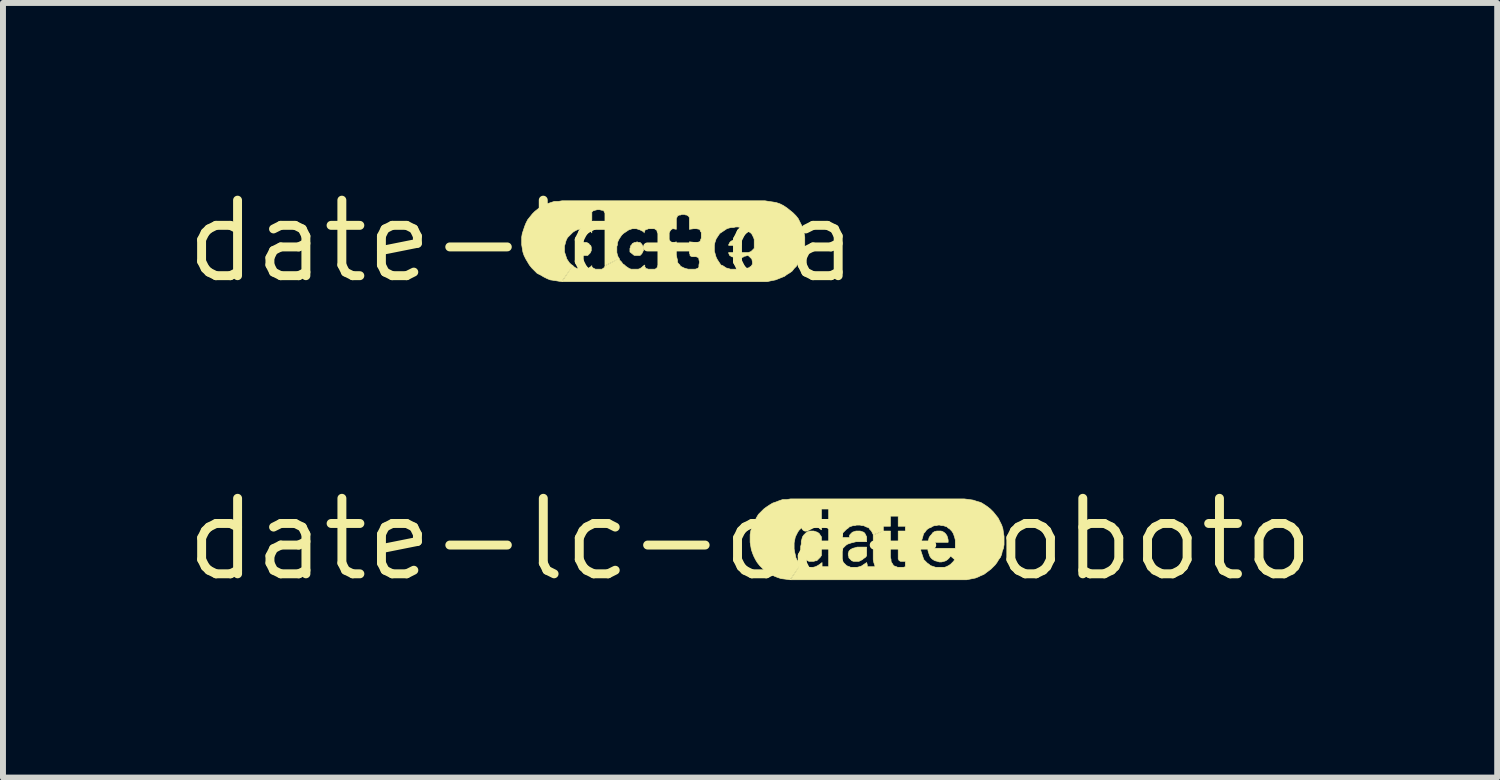
<source format=kicad_pcb>
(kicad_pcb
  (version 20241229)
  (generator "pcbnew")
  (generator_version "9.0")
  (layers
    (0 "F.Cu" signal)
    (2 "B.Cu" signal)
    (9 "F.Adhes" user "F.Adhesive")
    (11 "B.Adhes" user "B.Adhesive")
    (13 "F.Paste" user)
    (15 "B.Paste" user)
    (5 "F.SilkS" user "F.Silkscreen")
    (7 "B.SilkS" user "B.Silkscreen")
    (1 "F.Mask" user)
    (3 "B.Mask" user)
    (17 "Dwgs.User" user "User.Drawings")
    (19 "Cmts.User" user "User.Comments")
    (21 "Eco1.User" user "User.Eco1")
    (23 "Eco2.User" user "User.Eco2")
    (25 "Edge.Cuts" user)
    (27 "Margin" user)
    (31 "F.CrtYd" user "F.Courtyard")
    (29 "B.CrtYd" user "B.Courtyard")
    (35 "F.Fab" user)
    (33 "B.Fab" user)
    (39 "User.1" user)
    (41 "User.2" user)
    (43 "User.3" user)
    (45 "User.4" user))
  (footprint "date-lc-ca-roboto"
    (layer "F.Cu")
    (at 9.563 6.019)
    (property "Reference" "date-lc-ca-roboto" (at 0 0 0) (layer "F.SilkS") (effects (font (size 1.27 1.27) (thickness 0.15))))
    (attr board_only exclude_from_pos_files exclude_from_bom)
    (fp_poly (pts (xy 3.17 -0.14) (xy 3.14 -0.14) (xy 3.1 -0.13) (xy 3.07 -0.11) (xy 3.05 -0.08) (xy 3.03 -0.06) (xy 3.01 -0.03) (xy 3 0.01) (xy 2.99 0.05) (xy 3.33 0.05) (xy 3.33 0.01) (xy 3.32 -0.03) (xy 3.31 -0.06) (xy 3.29 -0.09) (xy 3.27 -0.11) (xy 3.24 -0.13) (xy 3.21 -0.14) (xy 3.17 -0.14)) (stroke (width 0.01) (type solid)) (fill yes) (layer "F.SilkS"))
    (fp_poly (pts (xy 1.78 0.37) (xy 1.8 0.37) (xy 1.83 0.37) (xy 1.85 0.36) (xy 1.87 0.35) (xy 1.89 0.34) (xy 1.91 0.32) (xy 1.93 0.31) (xy 1.95 0.29) (xy 1.96 0.27) (xy 1.96 0.13) (xy 1.83 0.13) (xy 1.8 0.13) (xy 1.77 0.14) (xy 1.73 0.15) (xy 1.71 0.16) (xy 1.69 0.17) (xy 1.67 0.19) (xy 1.66 0.2) (xy 1.66 0.22) (xy 1.65 0.23) (xy 1.65 0.25) (xy 1.65 0.27) (xy 1.66 0.29) (xy 1.66 0.31) (xy 1.67 0.32) (xy 1.68 0.33) (xy 1.69 0.34) (xy 1.71 0.36) (xy 1.74 0.37) (xy 1.78 0.37)) (stroke (width 0.01) (type solid)) (fill yes) (layer "F.SilkS"))
    (fp_poly (pts (xy 0.85 0.12) (xy 0.85 0.16) (xy 0.86 0.19) (xy 0.86 0.22) (xy 0.87 0.25) (xy 0.88 0.27) (xy 0.89 0.29) (xy 0.91 0.32) (xy 0.93 0.33) (xy 0.95 0.35) (xy 0.97 0.36) (xy 0.99 0.37) (xy 1.01 0.37) (xy 1.04 0.37) (xy 1.07 0.37) (xy 1.1 0.36) (xy 1.12 0.36) (xy 1.14 0.34) (xy 1.16 0.32) (xy 1.18 0.3) (xy 1.2 0.27) (xy 1.2 -0.04) (xy 1.18 -0.07) (xy 1.16 -0.1) (xy 1.13 -0.12) (xy 1.1 -0.13) (xy 1.07 -0.14) (xy 1.03 -0.14) (xy 1 -0.14) (xy 0.97 -0.13) (xy 0.94 -0.11) (xy 0.92 -0.09) (xy 0.9 -0.07) (xy 0.88 -0.04) (xy 0.87 0) (xy 0.86 0.03) (xy 0.86 0.08) (xy 0.85 0.12)) (stroke (width 0.01) (type solid)) (fill yes) (layer "F.SilkS"))
    (fp_poly (pts (xy 0.68 -0.68) (xy 0.62 -0.67) (xy 0.55 -0.67) (xy 0.49 -0.65) (xy 0.44 -0.63) (xy 0.38 -0.61) (xy 0.33 -0.58) (xy 0.27 -0.54) (xy 0.23 -0.51) (xy 0.18 -0.46) (xy 0.14 -0.42) (xy 0.11 -0.37) (xy 0.08 -0.31) (xy 0.05 -0.26) (xy 0.03 -0.2) (xy 0.01 -0.14) (xy 0 -0.08) (xy 0 -0.02) (xy 0 0.05) (xy 0.01 0.11) (xy 0.02 0.17) (xy 0.04 0.23) (xy 0.06 0.28) (xy 0.09 0.34) (xy 0.12 0.39) (xy 0.16 0.44) (xy 0.2 0.48) (xy 0.25 0.53) (xy 0.3 0.56) (xy 0.35 0.59) (xy 0.41 0.62) (xy 0.46 0.64) (xy 0.52 0.66) (xy 0.6 0.67) (xy 0.67 0.68) (xy 0.85 0.42) (xy 0.82 0.39) (xy 0.79 0.35) (xy 0.77 0.31) (xy 0.76 0.26) (xy 0.75 0.22) (xy 0.74 0.16) (xy 0.74 0.11) (xy 0.74 0.06) (xy 0.75 0.01) (xy 0.76 -0.04) (xy 0.78 -0.08) (xy 0.8 -0.12) (xy 0.82 -0.15) (xy 0.85 -0.18) (xy 0.89 -0.21) (xy 0.92 -0.22) (xy 0.97 -0.23) (xy 1.01 -0.24) (xy 1.06 -0.23) (xy 1.1 -0.22) (xy 1.14 -0.21) (xy 1.17 -0.18) (xy 1.2 -0.16) (xy 1.2 -0.51) (xy 1.32 -0.51) (xy 1.32 0.46) (xy 1.55 0.35) (xy 1.54 0.32) (xy 1.53 0.29) (xy 1.53 0.25) (xy 1.54 0.21) (xy 1.55 0.18) (xy 1.56 0.15) (xy 1.58 0.13) (xy 1.61 0.1) (xy 1.64 0.08) (xy 1.67 0.07) (xy 1.7 0.06) (xy 1.74 0.05) (xy 1.78 0.04) (xy 1.82 0.04) (xy 1.96 0.04) (xy 1.96 -0.01) (xy 1.96 -0.04) (xy 1.95 -0.06) (xy 1.94 -0.08) (xy 1.93 -0.1) (xy 1.91 -0.12) (xy 1.88 -0.13) (xy 1.85 -0.14) (xy 1.82 -0.14) (xy 1.78 -0.14) (xy 1.75 -0.13) (xy 1.72 -0.12) (xy 1.7 -0.1) (xy 1.68 -0.08) (xy 1.67 -0.06) (xy 1.67 -0.03) (xy 1.54 -0.03) (xy 1.55 -0.06) (xy 1.55 -0.08) (xy 1.56 -0.11) (xy 1.58 -0.13) (xy 1.6 -0.15) (xy 1.62 -0.17) (xy 1.65 -0.19) (xy 1.67 -0.21) (xy 1.7 -0.22) (xy 1.73 -0.23) (xy 1.76 -0.23) (xy 1.79 -0.24) (xy 1.82 -0.24) (xy 1.85 -0.24) (xy 1.88 -0.23) (xy 1.91 -0.23) (xy 1.93 -0.22) (xy 1.95 -0.21) (xy 1.98 -0.2) (xy 2 -0.19) (xy 2.01 -0.17) (xy 2.03 -0.15) (xy 2.04 -0.14) (xy 2.05 -0.12) (xy 2.07 -0.08) (xy 2.24 -0.14) (xy 2.24 -0.22) (xy 2.36 -0.22) (xy 2.36 -0.39) (xy 2.49 -0.39) (xy 2.49 -0.22) (xy 2.61 -0.22) (xy 2.61 -0.14) (xy 2.49 -0.14) (xy 2.49 0.29) (xy 2.49 0.33) (xy 2.5 0.34) (xy 2.5 0.35) (xy 2.51 0.36) (xy 2.53 0.37) (xy 2.54 0.37) (xy 2.56 0.37) (xy 2.61 0.37) (xy 2.9 0.28) (xy 2.89 0.25) (xy 2.88 0.22) (xy 2.87 0.19) (xy 2.87 0.15) (xy 2.87 0.1) (xy 2.87 0.07) (xy 2.88 0.03) (xy 2.89 0) (xy 2.9 -0.03) (xy 2.91 -0.07) (xy 2.92 -0.1) (xy 2.94 -0.12) (xy 2.96 -0.15) (xy 2.98 -0.17) (xy 3.01 -0.19) (xy 3.04 -0.2) (xy 3.07 -0.22) (xy 3.1 -0.23) (xy 3.13 -0.23) (xy 3.16 -0.24) (xy 3.19 -0.24) (xy 3.22 -0.23) (xy 3.25 -0.23) (xy 3.28 -0.22) (xy 3.31 -0.21) (xy 3.33 -0.19) (xy 3.35 -0.18) (xy 3.37 -0.16) (xy 3.39 -0.14) (xy 3.41 -0.11) (xy 3.42 -0.09) (xy 3.43 -0.06) (xy 3.44 -0.03) (xy 3.45 0.01) (xy 3.45 0.04) (xy 3.45 0.08) (xy 3.45 0.15) (xy 2.99 0.15) (xy 2.99 0.19) (xy 3 0.22) (xy 3.01 0.25) (xy 3.02 0.28) (xy 3.04 0.31) (xy 3.06 0.33) (xy 3.09 0.35) (xy 3.11 0.36) (xy 3.15 0.37) (xy 3.18 0.38) (xy 3.22 0.38) (xy 3.26 0.37) (xy 3.29 0.36) (xy 3.32 0.34) (xy 3.35 0.31) (xy 3.37 0.28) (xy 3.44 0.34) (xy 3.42 0.37) (xy 3.39 0.4) (xy 3.37 0.42) (xy 3.34 0.44) (xy 3.3 0.46) (xy 3.27 0.47) (xy 3.23 0.47) (xy 3.18 0.47) (xy 3.15 0.47) (xy 3.12 0.47) (xy 3.09 0.46) (xy 3.06 0.45) (xy 3.03 0.44) (xy 3.01 0.42) (xy 2.98 0.4) (xy 2.96 0.38) (xy 2.94 0.36) (xy 2.92 0.34) (xy 2.91 0.31) (xy 2.9 0.28) (xy 2.61 0.37) (xy 2.61 0.46) (xy 2.58 0.47) (xy 2.54 0.47) (xy 2.51 0.47) (xy 2.48 0.47) (xy 2.46 0.46) (xy 2.43 0.45) (xy 2.41 0.44) (xy 2.4 0.42) (xy 2.38 0.39) (xy 2.37 0.37) (xy 2.37 0.34) (xy 2.36 0.3) (xy 2.36 -0.14) (xy 2.24 -0.14) (xy 2.07 -0.07) (xy 2.07 -0.03) (xy 2.07 0.3) (xy 2.07 0.34) (xy 2.08 0.39) (xy 2.09 0.42) (xy 2.1 0.45) (xy 2.1 0.46) (xy 1.98 0.46) (xy 1.97 0.45) (xy 1.97 0.43) (xy 1.96 0.39) (xy 1.93 0.41) (xy 1.9 0.43) (xy 1.87 0.45) (xy 1.84 0.46) (xy 1.8 0.47) (xy 1.77 0.47) (xy 1.73 0.47) (xy 1.69 0.47) (xy 1.67 0.46) (xy 1.64 0.45) (xy 1.62 0.44) (xy 1.6 0.42) (xy 1.59 0.41) (xy 1.57 0.39) (xy 1.56 0.37) (xy 1.55 0.35) (xy 1.32 0.46) (xy 1.21 0.46) (xy 1.21 0.39) (xy 1.17 0.42) (xy 1.14 0.44) (xy 1.1 0.46) (xy 1.06 0.47) (xy 1.01 0.47) (xy 0.96 0.47) (xy 0.92 0.46) (xy 0.88 0.44) (xy 0.85 0.42) (xy 0.68 0.68) (xy 3.6 0.68) (xy 3.64 0.68) (xy 3.69 0.67) (xy 3.74 0.66) (xy 3.79 0.65) (xy 3.84 0.63) (xy 3.88 0.61) (xy 3.93 0.59) (xy 3.97 0.56) (xy 4.01 0.53) (xy 4.05 0.5) (xy 4.09 0.46) (xy 4.12 0.43) (xy 4.15 0.39) (xy 4.18 0.34) (xy 4.21 0.3) (xy 4.23 0.25) (xy 4.24 0.2) (xy 4.26 0.15) (xy 4.27 0.09) (xy 4.27 0.02) (xy 4.27 -0.05) (xy 4.26 -0.11) (xy 4.25 -0.18) (xy 4.23 -0.24) (xy 4.2 -0.3) (xy 4.17 -0.36) (xy 4.13 -0.41) (xy 4.09 -0.46) (xy 4.04 -0.51) (xy 3.99 -0.55) (xy 3.93 -0.59) (xy 3.88 -0.62) (xy 3.81 -0.64) (xy 3.75 -0.66) (xy 3.68 -0.67) (xy 3.6 -0.68) (xy 0.68 -0.68)) (stroke (width 0.01) (type solid)) (fill yes) (layer "F.SilkS")))
  (footprint "date-lc-ca"
    (layer "F.Cu")
    (at 5.722 1.006)
    (property "Reference" "date-lc-ca" (at 0 0 0) (layer "F.SilkS") (effects (font (size 1.27 1.27) (thickness 0.15))))
    (attr board_only exclude_from_pos_files exclude_from_bom)
    (fp_poly (pts (xy 3.64 0.07) (xy 3.66 0.07) (xy 3.67 0.07) (xy 3.68 0.07) (xy 3.69 0.06) (xy 3.69 0.05) (xy 3.69 0.04) (xy 3.69 0.02) (xy 3.69 0.01) (xy 3.68 -0.01) (xy 3.66 -0.02) (xy 3.63 -0.03) (xy 3.6 -0.03) (xy 3.58 -0.03) (xy 3.56 -0.02) (xy 3.54 -0.01) (xy 3.52 0) (xy 3.5 0.02) (xy 3.49 0.04) (xy 3.48 0.06) (xy 3.48 0.07) (xy 3.64 0.07)) (stroke (width 0.01) (type solid)) (fill yes) (layer "F.SilkS"))
    (fp_poly (pts (xy 1.01 0.24) (xy 1.07 0.24) (xy 1.09 0.24) (xy 1.11 0.24) (xy 1.12 0.23) (xy 1.14 0.21) (xy 1.15 0.2) (xy 1.16 0.18) (xy 1.17 0.16) (xy 1.17 0.14) (xy 1.17 0.12) (xy 1.17 0.1) (xy 1.16 0.07) (xy 1.14 0.06) (xy 1.13 0.04) (xy 1.11 0.03) (xy 1.09 0.02) (xy 1.07 0.02) (xy 1.04 0.02) (xy 1.02 0.03) (xy 1 0.04) (xy 0.98 0.05) (xy 0.96 0.07) (xy 0.95 0.09) (xy 0.94 0.11) (xy 0.94 0.13) (xy 0.94 0.15) (xy 0.95 0.17) (xy 0.96 0.18) (xy 0.97 0.2) (xy 1.01 0.24)) (stroke (width 0.01) (type solid)) (fill yes) (layer "F.SilkS"))
    (fp_poly (pts (xy 1.82 0.18) (xy 1.87 0.22) (xy 1.88 0.23) (xy 1.9 0.24) (xy 1.92 0.24) (xy 1.94 0.24) (xy 1.96 0.24) (xy 1.99 0.24) (xy 2 0.23) (xy 2.02 0.21) (xy 2.03 0.19) (xy 2.04 0.17) (xy 2.05 0.15) (xy 2.05 0.13) (xy 2.05 0.11) (xy 2.04 0.09) (xy 2.03 0.07) (xy 2.02 0.05) (xy 2 0.03) (xy 1.99 0.02) (xy 1.96 0.02) (xy 1.94 0.01) (xy 1.92 0.02) (xy 1.9 0.02) (xy 1.88 0.03) (xy 1.86 0.04) (xy 1.85 0.06) (xy 1.83 0.08) (xy 1.83 0.1) (xy 1.82 0.12) (xy 1.82 0.18)) (stroke (width 0.01) (type solid)) (fill yes) (layer "F.SilkS"))
    (fp_poly (pts (xy 0.68 -0.68) (xy 0.62 -0.67) (xy 0.55 -0.67) (xy 0.49 -0.65) (xy 0.43 -0.63) (xy 0.38 -0.61) (xy 0.32 -0.58) (xy 0.27 -0.54) (xy 0.22 -0.5) (xy 0.18 -0.46) (xy 0.14 -0.41) (xy 0.1 -0.36) (xy 0.07 -0.3) (xy 0.05 -0.25) (xy 0.03 -0.19) (xy 0.01 -0.13) (xy 0 -0.07) (xy 0 0) (xy 0 0.06) (xy 0.01 0.12) (xy 0.02 0.18) (xy 0.04 0.24) (xy 0.07 0.3) (xy 0.1 0.35) (xy 0.13 0.4) (xy 0.17 0.45) (xy 0.22 0.5) (xy 0.26 0.54) (xy 0.32 0.57) (xy 0.37 0.6) (xy 0.43 0.63) (xy 0.48 0.65) (xy 0.55 0.66) (xy 0.61 0.67) (xy 0.67 0.68) (xy 0.86 0.41) (xy 0.83 0.39) (xy 0.8 0.36) (xy 0.78 0.33) (xy 0.76 0.3) (xy 0.75 0.27) (xy 0.74 0.24) (xy 0.73 0.21) (xy 0.72 0.18) (xy 0.72 0.15) (xy 0.72 0.11) (xy 0.72 0.08) (xy 0.73 0.05) (xy 0.74 0.01) (xy 0.75 -0.02) (xy 0.77 -0.06) (xy 0.8 -0.09) (xy 0.83 -0.12) (xy 0.86 -0.15) (xy 0.89 -0.17) (xy 0.93 -0.19) (xy 0.96 -0.2) (xy 1 -0.21) (xy 1.03 -0.21) (xy 1.07 -0.21) (xy 1.1 -0.2) (xy 1.13 -0.18) (xy 1.16 -0.17) (xy 1.18 -0.14) (xy 1.18 -0.47) (xy 1.18 -0.49) (xy 1.2 -0.51) (xy 1.23 -0.52) (xy 1.27 -0.53) (xy 1.31 -0.53) (xy 1.35 -0.52) (xy 1.37 -0.52) (xy 1.38 -0.51) (xy 1.39 -0.49) (xy 1.4 -0.47) (xy 1.4 -0.46) (xy 1.4 0.41) (xy 1.64 0.29) (xy 1.62 0.26) (xy 1.61 0.23) (xy 1.6 0.19) (xy 1.6 0.16) (xy 1.6 0.13) (xy 1.6 0.09) (xy 1.61 0.06) (xy 1.61 0.03) (xy 1.62 0) (xy 1.64 -0.04) (xy 1.66 -0.07) (xy 1.68 -0.1) (xy 1.71 -0.13) (xy 1.74 -0.15) (xy 1.77 -0.17) (xy 1.8 -0.19) (xy 1.83 -0.2) (xy 1.86 -0.21) (xy 1.9 -0.21) (xy 1.93 -0.21) (xy 1.96 -0.2) (xy 1.99 -0.19) (xy 2.03 -0.17) (xy 2.05 -0.16) (xy 2.06 -0.14) (xy 2.06 -0.15) (xy 2.07 -0.17) (xy 2.07 -0.18) (xy 2.08 -0.19) (xy 2.1 -0.2) (xy 2.11 -0.2) (xy 2.13 -0.21) (xy 2.15 -0.21) (xy 2.21 -0.21) (xy 2.23 -0.21) (xy 2.25 -0.2) (xy 2.26 -0.19) (xy 2.27 -0.19) (xy 2.28 -0.15) (xy 2.29 -0.13) (xy 2.29 -0.1) (xy 2.48 -0.09) (xy 2.48 -0.14) (xy 2.49 -0.16) (xy 2.5 -0.18) (xy 2.52 -0.2) (xy 2.54 -0.21) (xy 2.55 -0.21) (xy 2.6 -0.2) (xy 2.6 -0.38) (xy 2.61 -0.4) (xy 2.62 -0.42) (xy 2.62 -0.43) (xy 2.63 -0.43) (xy 2.65 -0.44) (xy 2.67 -0.44) (xy 2.69 -0.45) (xy 2.72 -0.45) (xy 2.74 -0.45) (xy 2.76 -0.44) (xy 2.78 -0.44) (xy 2.79 -0.43) (xy 2.81 -0.42) (xy 2.81 -0.41) (xy 2.82 -0.4) (xy 2.82 -0.38) (xy 2.82 -0.34) (xy 2.82 -0.2) (xy 2.89 -0.21) (xy 2.94 -0.21) (xy 2.99 -0.2) (xy 3 -0.19) (xy 3 -0.18) (xy 3.01 -0.16) (xy 3.02 -0.15) (xy 3.02 -0.1) (xy 3.02 -0.05) (xy 3.01 -0.03) (xy 3.25 0.02) (xy 3.26 -0.01) (xy 3.27 -0.04) (xy 3.29 -0.07) (xy 3.31 -0.1) (xy 3.33 -0.13) (xy 3.36 -0.15) (xy 3.39 -0.17) (xy 3.42 -0.19) (xy 3.45 -0.21) (xy 3.48 -0.22) (xy 3.52 -0.23) (xy 3.56 -0.23) (xy 3.6 -0.24) (xy 3.64 -0.24) (xy 3.67 -0.23) (xy 3.71 -0.23) (xy 3.74 -0.22) (xy 3.77 -0.2) (xy 3.8 -0.18) (xy 3.82 -0.16) (xy 3.85 -0.14) (xy 3.87 -0.12) (xy 3.88 -0.1) (xy 3.9 -0.06) (xy 3.91 -0.03) (xy 3.91 -0.01) (xy 3.91 0.02) (xy 3.91 0.12) (xy 3.87 0.16) (xy 3.86 0.17) (xy 3.84 0.18) (xy 3.81 0.19) (xy 3.79 0.19) (xy 3.48 0.19) (xy 3.48 0.2) (xy 3.49 0.22) (xy 3.49 0.23) (xy 3.5 0.24) (xy 3.53 0.26) (xy 3.57 0.27) (xy 3.59 0.28) (xy 3.61 0.28) (xy 3.68 0.27) (xy 3.72 0.27) (xy 3.75 0.25) (xy 3.77 0.25) (xy 3.79 0.24) (xy 3.8 0.24) (xy 3.82 0.25) (xy 3.83 0.26) (xy 3.85 0.28) (xy 3.87 0.3) (xy 3.88 0.35) (xy 3.88 0.36) (xy 3.88 0.38) (xy 3.88 0.39) (xy 3.87 0.4) (xy 3.86 0.42) (xy 3.84 0.43) (xy 3.83 0.44) (xy 3.81 0.45) (xy 3.76 0.46) (xy 3.7 0.47) (xy 3.63 0.47) (xy 3.59 0.47) (xy 3.55 0.47) (xy 3.51 0.47) (xy 3.48 0.46) (xy 3.44 0.45) (xy 3.41 0.43) (xy 3.38 0.41) (xy 3.35 0.4) (xy 3.33 0.37) (xy 3.31 0.34) (xy 3.29 0.31) (xy 3.27 0.27) (xy 3.26 0.24) (xy 3.25 0.2) (xy 3.24 0.17) (xy 3.24 0.13) (xy 3.24 0.09) (xy 3.24 0.06) (xy 3.25 0.02) (xy 3.01 -0.03) (xy 3.01 -0.02) (xy 3 0) (xy 2.99 0.01) (xy 2.95 0.02) (xy 2.91 0.02) (xy 2.82 0.01) (xy 2.82 0.2) (xy 2.83 0.22) (xy 2.83 0.24) (xy 2.84 0.25) (xy 2.85 0.25) (xy 2.86 0.26) (xy 2.91 0.26) (xy 2.93 0.26) (xy 2.96 0.27) (xy 2.97 0.28) (xy 2.98 0.29) (xy 2.98 0.31) (xy 2.99 0.35) (xy 2.98 0.4) (xy 2.98 0.42) (xy 2.98 0.43) (xy 2.97 0.45) (xy 2.95 0.46) (xy 2.92 0.47) (xy 2.9 0.47) (xy 2.85 0.47) (xy 2.8 0.47) (xy 2.76 0.46) (xy 2.73 0.45) (xy 2.71 0.44) (xy 2.69 0.43) (xy 2.67 0.42) (xy 2.66 0.4) (xy 2.64 0.38) (xy 2.63 0.37) (xy 2.62 0.35) (xy 2.62 0.32) (xy 2.61 0.28) (xy 2.6 0.23) (xy 2.6 0.01) (xy 2.57 0.02) (xy 2.54 0.02) (xy 2.53 0.02) (xy 2.51 0.01) (xy 2.5 0) (xy 2.49 -0.01) (xy 2.48 -0.03) (xy 2.48 -0.05) (xy 2.48 -0.09) (xy 2.29 -0.1) (xy 2.29 0.36) (xy 2.29 0.4) (xy 2.28 0.44) (xy 2.27 0.45) (xy 2.26 0.46) (xy 2.24 0.47) (xy 2.23 0.47) (xy 2.2 0.47) (xy 2.18 0.47) (xy 2.15 0.47) (xy 2.13 0.47) (xy 2.1 0.46) (xy 2.09 0.46) (xy 2.08 0.45) (xy 2.08 0.44) (xy 2.07 0.43) (xy 2.07 0.41) (xy 2.07 0.4) (xy 2.04 0.42) (xy 2.02 0.44) (xy 1.99 0.46) (xy 1.96 0.47) (xy 1.92 0.47) (xy 1.88 0.47) (xy 1.84 0.47) (xy 1.81 0.46) (xy 1.78 0.44) (xy 1.75 0.42) (xy 1.73 0.4) (xy 1.7 0.38) (xy 1.68 0.35) (xy 1.65 0.32) (xy 1.64 0.29) (xy 1.4 0.42) (xy 1.39 0.44) (xy 1.38 0.45) (xy 1.35 0.47) (xy 1.32 0.47) (xy 1.29 0.47) (xy 1.26 0.47) (xy 1.24 0.47) (xy 1.22 0.46) (xy 1.2 0.45) (xy 1.19 0.44) (xy 1.18 0.43) (xy 1.18 0.41) (xy 1.16 0.43) (xy 1.14 0.44) (xy 1.12 0.46) (xy 1.09 0.47) (xy 1.06 0.47) (xy 1.03 0.47) (xy 1 0.47) (xy 0.97 0.47) (xy 0.94 0.46) (xy 0.91 0.45) (xy 0.88 0.43) (xy 0.86 0.41) (xy 0.68 0.68) (xy 4.09 0.68) (xy 4.13 0.68) (xy 4.17 0.67) (xy 4.22 0.66) (xy 4.27 0.65) (xy 4.32 0.63) (xy 4.37 0.61) (xy 4.42 0.59) (xy 4.46 0.56) (xy 4.51 0.53) (xy 4.55 0.5) (xy 4.58 0.46) (xy 4.62 0.42) (xy 4.65 0.37) (xy 4.68 0.33) (xy 4.7 0.28) (xy 4.72 0.23) (xy 4.74 0.18) (xy 4.75 0.13) (xy 4.76 0.07) (xy 4.76 0) (xy 4.76 -0.07) (xy 4.75 -0.13) (xy 4.73 -0.2) (xy 4.71 -0.26) (xy 4.68 -0.32) (xy 4.65 -0.38) (xy 4.61 -0.43) (xy 4.56 -0.48) (xy 4.51 -0.52) (xy 4.46 -0.56) (xy 4.4 -0.6) (xy 4.34 -0.63) (xy 4.28 -0.65) (xy 4.22 -0.66) (xy 4.15 -0.67) (xy 4.09 -0.68) (xy 0.68 -0.68)) (stroke (width 0.01) (type solid)) (fill yes) (layer "F.SilkS")))
  (gr_rect
    (start -3 -3)
    (end 22.125 10.025)
    (stroke (width 0.1) (type default))
    (fill no)
    (layer "Edge.Cuts")))
</source>
